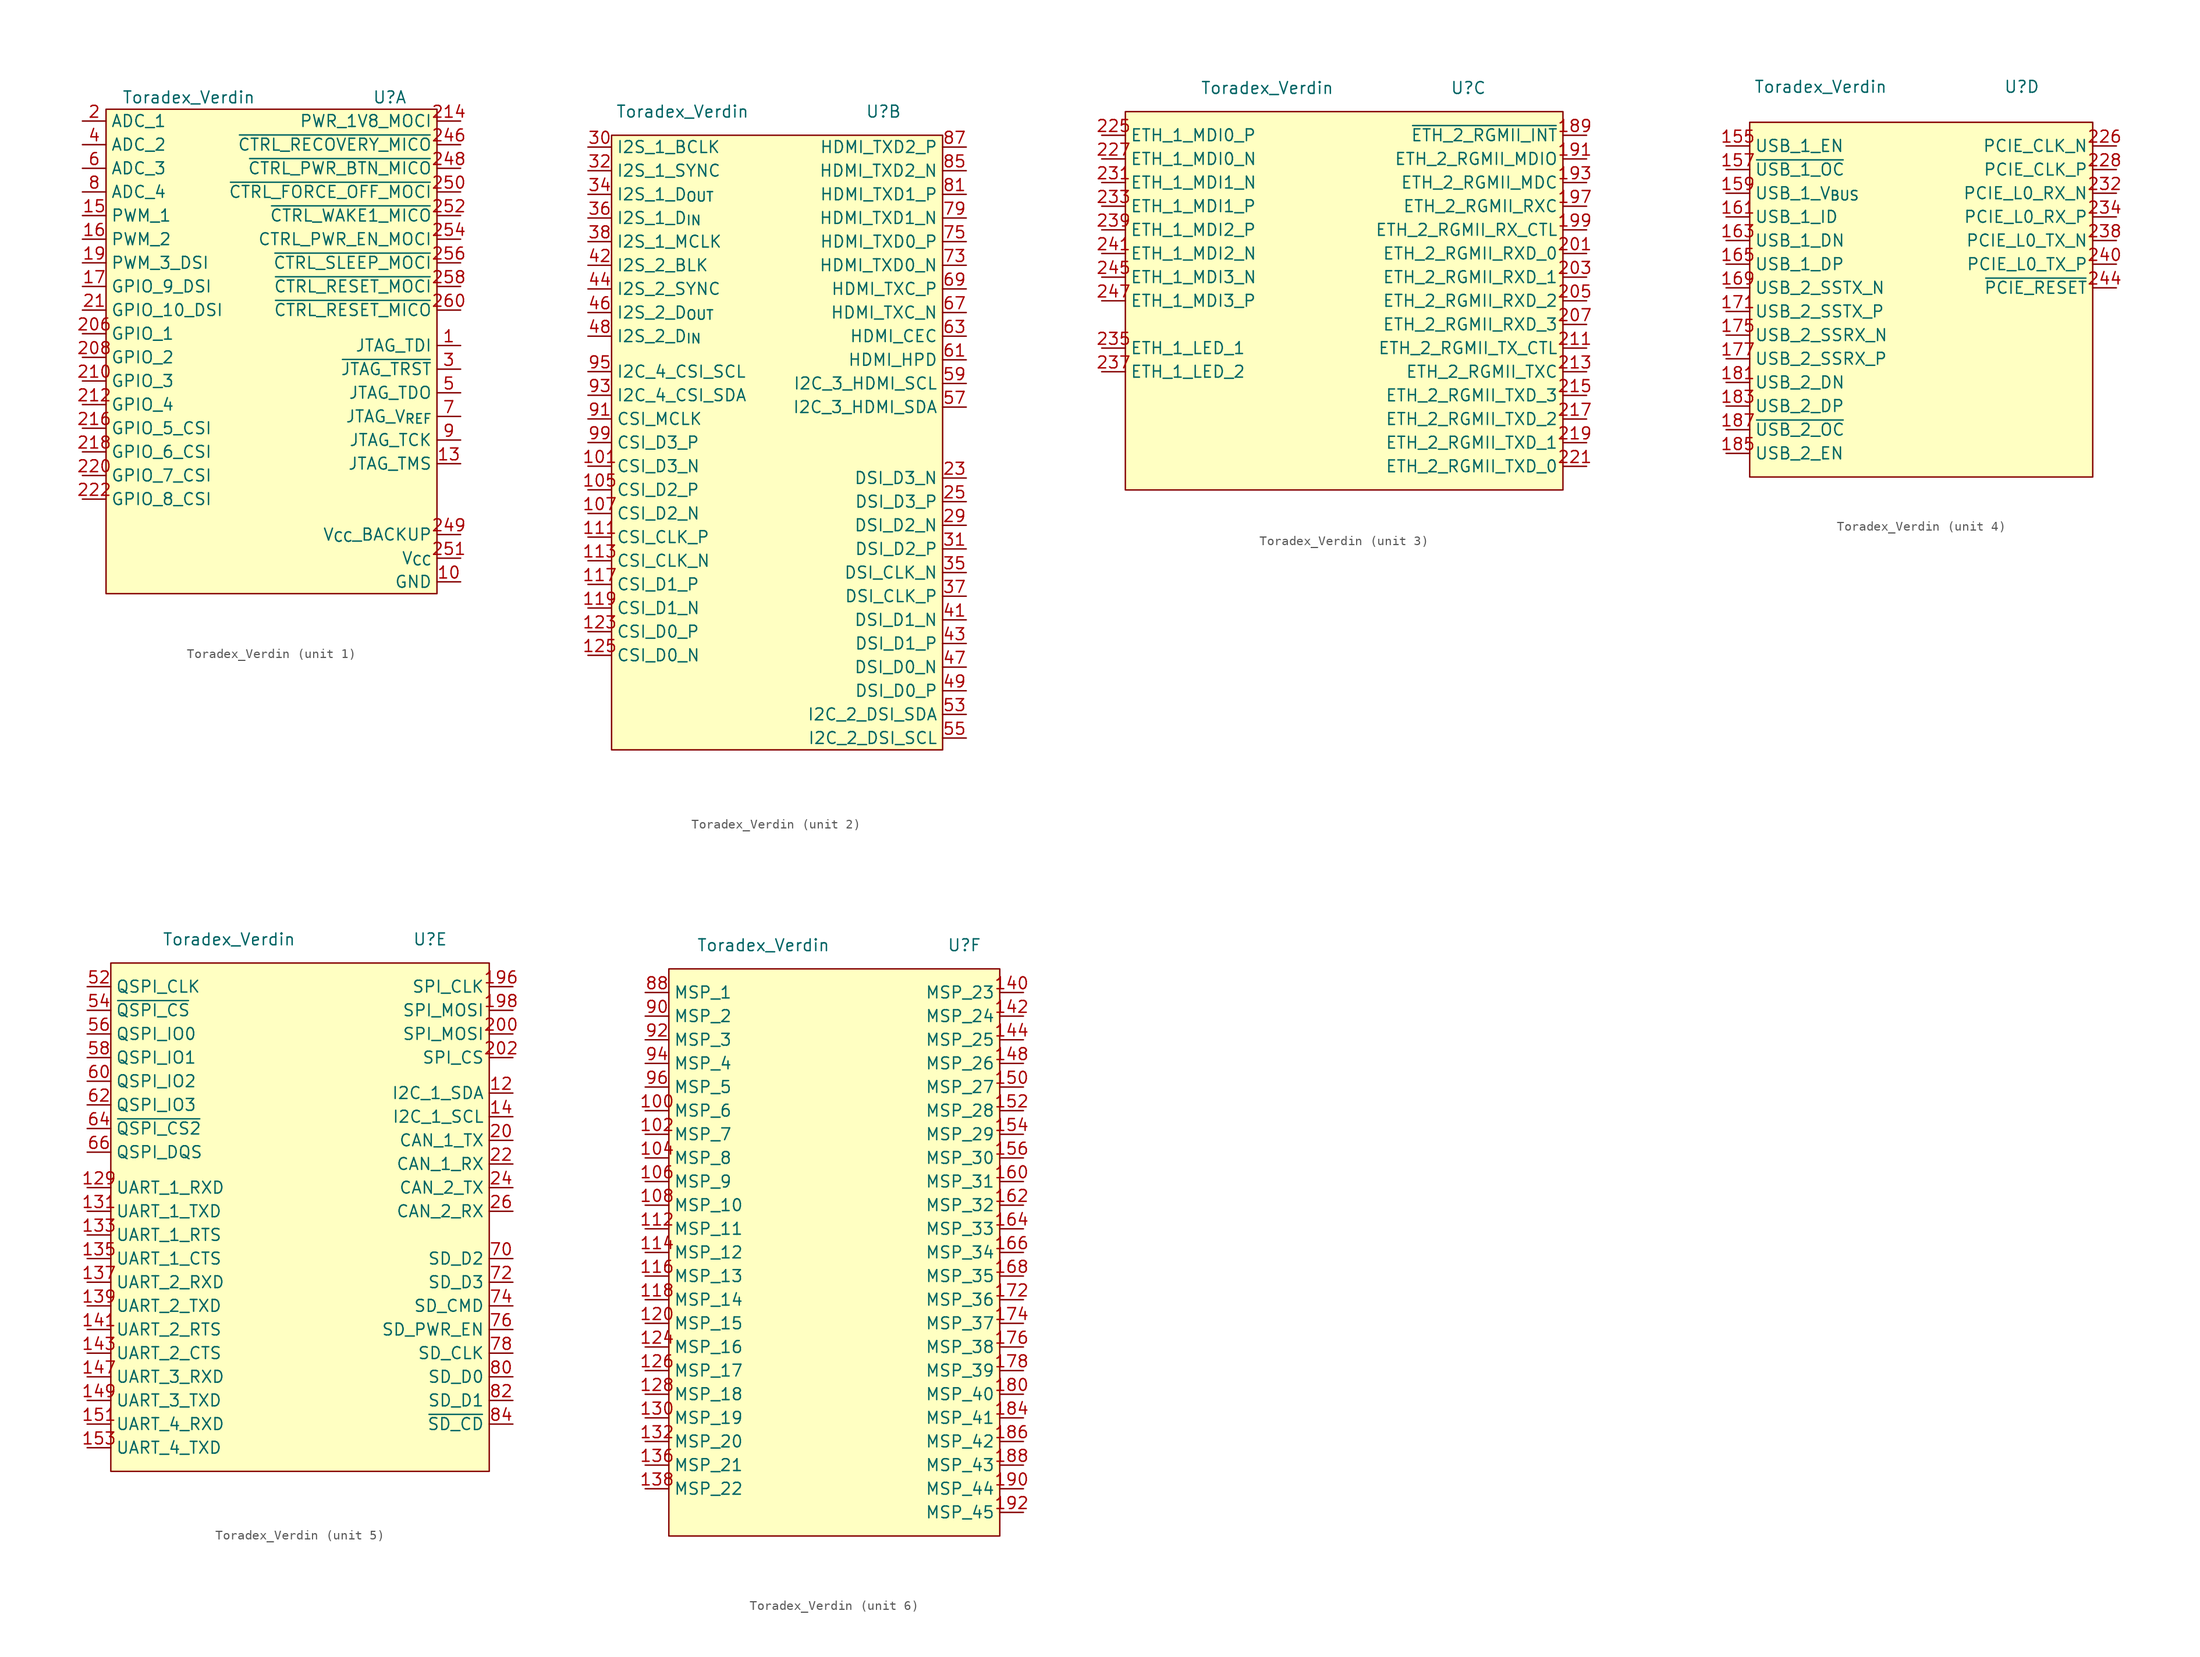
<source format=kicad_sym>
(kicad_symbol_lib
  (version 20220914)
  (generator kicad_symbol_editor)
  (symbol "Toradex_Verdin"
    (property "Reference" "U"
      (at 12.7 25.4 0)
      (effects (font (size 1.27 1.27))))
    (property "Value" "Toradex_Verdin"
      (at -8.89 25.4 0)
      (effects (font (size 1.27 1.27))))
    (property "ki_locked" ""
      (at 0 0 0)
      (effects (font (size 1.27 1.27))))
    (symbol "Toradex_Verdin_1_0"
      (pin unspecified line (at 20.32 -1.27 180) (length 2.54) (name "JTAG_TDI" (effects (font (size 1.27 1.27)))) (number "1" (effects (font (size 1.27 1.27)))))
      (pin power_in line (at 20.32 -26.67 180) (length 2.54) (name "GND" (effects (font (size 1.27 1.27)))) (number "10" (effects (font (size 1.27 1.27)))))
      (pin passive line (at 20.32 -26.67 180) (length 2.54) hide (name "GND" (effects (font (size 1.27 1.27)))) (number "103" (effects (font (size 1.27 1.27)))))
      (pin passive line (at 20.32 -26.67 180) (length 2.54) hide (name "GND" (effects (font (size 1.27 1.27)))) (number "109" (effects (font (size 1.27 1.27)))))
      (pin passive line (at 20.32 -26.67 180) (length 2.54) hide (name "GND" (effects (font (size 1.27 1.27)))) (number "11" (effects (font (size 1.27 1.27)))))
      (pin passive line (at 20.32 -26.67 180) (length 2.54) hide (name "GND" (effects (font (size 1.27 1.27)))) (number "110" (effects (font (size 1.27 1.27)))))
      (pin passive line (at 20.32 -26.67 180) (length 2.54) hide (name "GND" (effects (font (size 1.27 1.27)))) (number "115" (effects (font (size 1.27 1.27)))))
      (pin passive line (at 20.32 -26.67 180) (length 2.54) hide (name "GND" (effects (font (size 1.27 1.27)))) (number "121" (effects (font (size 1.27 1.27)))))
      (pin passive line (at 20.32 -26.67 180) (length 2.54) hide (name "GND" (effects (font (size 1.27 1.27)))) (number "122" (effects (font (size 1.27 1.27)))))
      (pin passive line (at 20.32 -26.67 180) (length 2.54) hide (name "GND" (effects (font (size 1.27 1.27)))) (number "127" (effects (font (size 1.27 1.27)))))
      (pin unspecified line (at 20.32 -13.97 180) (length 2.54) (name "JTAG_TMS" (effects (font (size 1.27 1.27)))) (number "13" (effects (font (size 1.27 1.27)))))
      (pin passive line (at 20.32 -26.67 180) (length 2.54) hide (name "GND" (effects (font (size 1.27 1.27)))) (number "134" (effects (font (size 1.27 1.27)))))
      (pin passive line (at 20.32 -26.67 180) (length 2.54) hide (name "GND" (effects (font (size 1.27 1.27)))) (number "145" (effects (font (size 1.27 1.27)))))
      (pin passive line (at 20.32 -26.67 180) (length 2.54) hide (name "GND" (effects (font (size 1.27 1.27)))) (number "146" (effects (font (size 1.27 1.27)))))
      (pin unspecified line (at -20.32 12.7 0) (length 2.54) (name "PWM_1" (effects (font (size 1.27 1.27)))) (number "15" (effects (font (size 1.27 1.27)))))
      (pin passive line (at 20.32 -26.67 180) (length 2.54) hide (name "GND" (effects (font (size 1.27 1.27)))) (number "158" (effects (font (size 1.27 1.27)))))
      (pin unspecified line (at -20.32 10.16 0) (length 2.54) (name "PWM_2" (effects (font (size 1.27 1.27)))) (number "16" (effects (font (size 1.27 1.27)))))
      (pin passive line (at 20.32 -26.67 180) (length 2.54) hide (name "GND" (effects (font (size 1.27 1.27)))) (number "167" (effects (font (size 1.27 1.27)))))
      (pin unspecified line (at -20.32 5.08 0) (length 2.54) (name "GPIO_9_DSI" (effects (font (size 1.27 1.27)))) (number "17" (effects (font (size 1.27 1.27)))))
      (pin passive line (at 20.32 -26.67 180) (length 2.54) hide (name "GND" (effects (font (size 1.27 1.27)))) (number "170" (effects (font (size 1.27 1.27)))))
      (pin passive line (at 20.32 -26.67 180) (length 2.54) hide (name "GND" (effects (font (size 1.27 1.27)))) (number "173" (effects (font (size 1.27 1.27)))))
      (pin passive line (at 20.32 -26.67 180) (length 2.54) hide (name "GND" (effects (font (size 1.27 1.27)))) (number "179" (effects (font (size 1.27 1.27)))))
      (pin passive line (at 20.32 -26.67 180) (length 2.54) hide (name "GND" (effects (font (size 1.27 1.27)))) (number "18" (effects (font (size 1.27 1.27)))))
      (pin passive line (at 20.32 -26.67 180) (length 2.54) hide (name "GND" (effects (font (size 1.27 1.27)))) (number "182" (effects (font (size 1.27 1.27)))))
      (pin unspecified line (at -20.32 7.62 0) (length 2.54) (name "PWM_3_DSI" (effects (font (size 1.27 1.27)))) (number "19" (effects (font (size 1.27 1.27)))))
      (pin passive line (at 20.32 -26.67 180) (length 2.54) hide (name "GND" (effects (font (size 1.27 1.27)))) (number "194" (effects (font (size 1.27 1.27)))))
      (pin passive line (at 20.32 -26.67 180) (length 2.54) hide (name "GND" (effects (font (size 1.27 1.27)))) (number "195" (effects (font (size 1.27 1.27)))))
      (pin unspecified line (at -20.32 22.86 0) (length 2.54) (name "ADC_1" (effects (font (size 1.27 1.27)))) (number "2" (effects (font (size 1.27 1.27)))))
      (pin passive line (at 20.32 -26.67 180) (length 2.54) hide (name "GND" (effects (font (size 1.27 1.27)))) (number "204" (effects (font (size 1.27 1.27)))))
      (pin unspecified line (at -20.32 0 0) (length 2.54) (name "GPIO_1" (effects (font (size 1.27 1.27)))) (number "206" (effects (font (size 1.27 1.27)))))
      (pin unspecified line (at -20.32 -2.54 0) (length 2.54) (name "GPIO_2" (effects (font (size 1.27 1.27)))) (number "208" (effects (font (size 1.27 1.27)))))
      (pin passive line (at 20.32 -26.67 180) (length 2.54) hide (name "GND" (effects (font (size 1.27 1.27)))) (number "209" (effects (font (size 1.27 1.27)))))
      (pin unspecified line (at -20.32 2.54 0) (length 2.54) (name "GPIO_10_DSI" (effects (font (size 1.27 1.27)))) (number "21" (effects (font (size 1.27 1.27)))))
      (pin unspecified line (at -20.32 -5.08 0) (length 2.54) (name "GPIO_3" (effects (font (size 1.27 1.27)))) (number "210" (effects (font (size 1.27 1.27)))))
      (pin unspecified line (at -20.32 -7.62 0) (length 2.54) (name "GPIO_4" (effects (font (size 1.27 1.27)))) (number "212" (effects (font (size 1.27 1.27)))))
      (pin unspecified line (at 20.32 22.86 180) (length 2.54) (name "PWR_1V8_MOCI" (effects (font (size 1.27 1.27)))) (number "214" (effects (font (size 1.27 1.27)))))
      (pin unspecified line (at -20.32 -10.16 0) (length 2.54) (name "GPIO_5_CSI" (effects (font (size 1.27 1.27)))) (number "216" (effects (font (size 1.27 1.27)))))
      (pin unspecified line (at -20.32 -12.7 0) (length 2.54) (name "GPIO_6_CSI" (effects (font (size 1.27 1.27)))) (number "218" (effects (font (size 1.27 1.27)))))
      (pin unspecified line (at -20.32 -15.24 0) (length 2.54) (name "GPIO_7_CSI" (effects (font (size 1.27 1.27)))) (number "220" (effects (font (size 1.27 1.27)))))
      (pin unspecified line (at -20.32 -17.78 0) (length 2.54) (name "GPIO_8_CSI" (effects (font (size 1.27 1.27)))) (number "222" (effects (font (size 1.27 1.27)))))
      (pin passive line (at 20.32 -26.67 180) (length 2.54) hide (name "GND" (effects (font (size 1.27 1.27)))) (number "223" (effects (font (size 1.27 1.27)))))
      (pin passive line (at 20.32 -26.67 180) (length 2.54) hide (name "GND" (effects (font (size 1.27 1.27)))) (number "224" (effects (font (size 1.27 1.27)))))
      (pin passive line (at 20.32 -26.67 180) (length 2.54) hide (name "GND" (effects (font (size 1.27 1.27)))) (number "229" (effects (font (size 1.27 1.27)))))
      (pin passive line (at 20.32 -26.67 180) (length 2.54) hide (name "GND" (effects (font (size 1.27 1.27)))) (number "230" (effects (font (size 1.27 1.27)))))
      (pin passive line (at 20.32 -26.67 180) (length 2.54) hide (name "GND" (effects (font (size 1.27 1.27)))) (number "236" (effects (font (size 1.27 1.27)))))
      (pin passive line (at 20.32 -26.67 180) (length 2.54) hide (name "GND" (effects (font (size 1.27 1.27)))) (number "242" (effects (font (size 1.27 1.27)))))
      (pin passive line (at 20.32 -26.67 180) (length 2.54) hide (name "GND" (effects (font (size 1.27 1.27)))) (number "243" (effects (font (size 1.27 1.27)))))
      (pin unspecified line (at 20.32 20.32 180) (length 2.54) (name "~{CTRL_RECOVERY_MICO}" (effects (font (size 1.27 1.27)))) (number "246" (effects (font (size 1.27 1.27)))))
      (pin unspecified line (at 20.32 17.78 180) (length 2.54) (name "~{CTRL_PWR_BTN_MICO}" (effects (font (size 1.27 1.27)))) (number "248" (effects (font (size 1.27 1.27)))))
      (pin power_in line (at 20.32 -21.59 180) (length 2.54) (name "V_{CC}_BACKUP" (effects (font (size 1.27 1.27)))) (number "249" (effects (font (size 1.27 1.27)))))
      (pin unspecified line (at 20.32 15.24 180) (length 2.54) (name "~{CTRL_FORCE_OFF_MOCI}" (effects (font (size 1.27 1.27)))) (number "250" (effects (font (size 1.27 1.27)))))
      (pin power_in line (at 20.32 -24.13 180) (length 2.54) (name "V_{CC}" (effects (font (size 1.27 1.27)))) (number "251" (effects (font (size 1.27 1.27)))))
      (pin unspecified line (at 20.32 12.7 180) (length 2.54) (name "~{CTRL_WAKE1_MICO}" (effects (font (size 1.27 1.27)))) (number "252" (effects (font (size 1.27 1.27)))))
      (pin passive line (at 20.32 -24.13 180) (length 2.54) hide (name "V_{CC}" (effects (font (size 1.27 1.27)))) (number "253" (effects (font (size 1.27 1.27)))))
      (pin unspecified line (at 20.32 10.16 180) (length 2.54) (name "CTRL_PWR_EN_MOCI" (effects (font (size 1.27 1.27)))) (number "254" (effects (font (size 1.27 1.27)))))
      (pin passive line (at 20.32 -24.13 180) (length 2.54) hide (name "V_{CC}" (effects (font (size 1.27 1.27)))) (number "255" (effects (font (size 1.27 1.27)))))
      (pin unspecified line (at 20.32 7.62 180) (length 2.54) (name "~{CTRL_SLEEP_MOCI}" (effects (font (size 1.27 1.27)))) (number "256" (effects (font (size 1.27 1.27)))))
      (pin passive line (at 20.32 -24.13 180) (length 2.54) hide (name "V_{CC}" (effects (font (size 1.27 1.27)))) (number "257" (effects (font (size 1.27 1.27)))))
      (pin unspecified line (at 20.32 5.08 180) (length 2.54) (name "~{CTRL_RESET_MOCI}" (effects (font (size 1.27 1.27)))) (number "258" (effects (font (size 1.27 1.27)))))
      (pin passive line (at 20.32 -24.13 180) (length 2.54) hide (name "V_{CC}" (effects (font (size 1.27 1.27)))) (number "259" (effects (font (size 1.27 1.27)))))
      (pin unspecified line (at 20.32 2.54 180) (length 2.54) (name "~{CTRL_RESET_MICO}" (effects (font (size 1.27 1.27)))) (number "260" (effects (font (size 1.27 1.27)))))
      (pin passive line (at 20.32 -26.67 180) (length 2.54) hide (name "GND" (effects (font (size 1.27 1.27)))) (number "27" (effects (font (size 1.27 1.27)))))
      (pin passive line (at 20.32 -26.67 180) (length 2.54) hide (name "GND" (effects (font (size 1.27 1.27)))) (number "28" (effects (font (size 1.27 1.27)))))
      (pin unspecified line (at 20.32 -3.81 180) (length 2.54) (name "~{JTAG_TRST}" (effects (font (size 1.27 1.27)))) (number "3" (effects (font (size 1.27 1.27)))))
      (pin passive line (at 20.32 -26.67 180) (length 2.54) hide (name "GND" (effects (font (size 1.27 1.27)))) (number "33" (effects (font (size 1.27 1.27)))))
      (pin passive line (at 20.32 -26.67 180) (length 2.54) hide (name "GND" (effects (font (size 1.27 1.27)))) (number "39" (effects (font (size 1.27 1.27)))))
      (pin unspecified line (at -20.32 20.32 0) (length 2.54) (name "ADC_2" (effects (font (size 1.27 1.27)))) (number "4" (effects (font (size 1.27 1.27)))))
      (pin passive line (at 20.32 -26.67 180) (length 2.54) hide (name "GND" (effects (font (size 1.27 1.27)))) (number "40" (effects (font (size 1.27 1.27)))))
      (pin passive line (at 20.32 -26.67 180) (length 2.54) hide (name "GND" (effects (font (size 1.27 1.27)))) (number "45" (effects (font (size 1.27 1.27)))))
      (pin unspecified line (at 20.32 -6.35 180) (length 2.54) (name "JTAG_TDO" (effects (font (size 1.27 1.27)))) (number "5" (effects (font (size 1.27 1.27)))))
      (pin passive line (at 20.32 -26.67 180) (length 2.54) hide (name "GND" (effects (font (size 1.27 1.27)))) (number "50" (effects (font (size 1.27 1.27)))))
      (pin passive line (at 20.32 -26.67 180) (length 2.54) hide (name "GND" (effects (font (size 1.27 1.27)))) (number "51" (effects (font (size 1.27 1.27)))))
      (pin unspecified line (at -20.32 17.78 0) (length 2.54) (name "ADC_3" (effects (font (size 1.27 1.27)))) (number "6" (effects (font (size 1.27 1.27)))))
      (pin passive line (at 20.32 -26.67 180) (length 2.54) hide (name "GND" (effects (font (size 1.27 1.27)))) (number "65" (effects (font (size 1.27 1.27)))))
      (pin passive line (at 20.32 -26.67 180) (length 2.54) hide (name "GND" (effects (font (size 1.27 1.27)))) (number "68" (effects (font (size 1.27 1.27)))))
      (pin unspecified line (at 20.32 -8.89 180) (length 2.54) (name "JTAG_V_{REF}" (effects (font (size 1.27 1.27)))) (number "7" (effects (font (size 1.27 1.27)))))
      (pin passive line (at 20.32 -26.67 180) (length 2.54) hide (name "GND" (effects (font (size 1.27 1.27)))) (number "71" (effects (font (size 1.27 1.27)))))
      (pin passive line (at 20.32 -26.67 180) (length 2.54) hide (name "GND" (effects (font (size 1.27 1.27)))) (number "77" (effects (font (size 1.27 1.27)))))
      (pin unspecified line (at -20.32 15.24 0) (length 2.54) (name "ADC_4" (effects (font (size 1.27 1.27)))) (number "8" (effects (font (size 1.27 1.27)))))
      (pin passive line (at 20.32 -26.67 180) (length 2.54) hide (name "GND" (effects (font (size 1.27 1.27)))) (number "83" (effects (font (size 1.27 1.27)))))
      (pin passive line (at 20.32 -26.67 180) (length 2.54) hide (name "GND" (effects (font (size 1.27 1.27)))) (number "86" (effects (font (size 1.27 1.27)))))
      (pin passive line (at 20.32 -26.67 180) (length 2.54) hide (name "GND" (effects (font (size 1.27 1.27)))) (number "89" (effects (font (size 1.27 1.27)))))
      (pin unspecified line (at 20.32 -11.43 180) (length 2.54) (name "JTAG_TCK" (effects (font (size 1.27 1.27)))) (number "9" (effects (font (size 1.27 1.27)))))
      (pin passive line (at 20.32 -26.67 180) (length 2.54) hide (name "GND" (effects (font (size 1.27 1.27)))) (number "97" (effects (font (size 1.27 1.27)))))
      (pin passive line (at 20.32 -26.67 180) (length 2.54) hide (name "GND" (effects (font (size 1.27 1.27)))) (number "98" (effects (font (size 1.27 1.27))))))
    (symbol "Toradex_Verdin_1_1"
      (rectangle (start 17.78 -27.94) (end -17.78 24.13) (stroke (width 0.152) (type default)) (fill (type background))))
    (symbol "Toradex_Verdin_2_0"
      (pin unspecified line (at -19.05 -12.7 0) (length 2.54) (name "CSI_D3_N" (effects (font (size 1.27 1.27)))) (number "101" (effects (font (size 1.27 1.27)))))
      (pin unspecified line (at -19.05 -15.24 0) (length 2.54) (name "CSI_D2_P" (effects (font (size 1.27 1.27)))) (number "105" (effects (font (size 1.27 1.27)))))
      (pin unspecified line (at -19.05 -17.78 0) (length 2.54) (name "CSI_D2_N" (effects (font (size 1.27 1.27)))) (number "107" (effects (font (size 1.27 1.27)))))
      (pin unspecified line (at -19.05 -20.32 0) (length 2.54) (name "CSI_CLK_P" (effects (font (size 1.27 1.27)))) (number "111" (effects (font (size 1.27 1.27)))))
      (pin unspecified line (at -19.05 -22.86 0) (length 2.54) (name "CSI_CLK_N" (effects (font (size 1.27 1.27)))) (number "113" (effects (font (size 1.27 1.27)))))
      (pin unspecified line (at -19.05 -25.4 0) (length 2.54) (name "CSI_D1_P" (effects (font (size 1.27 1.27)))) (number "117" (effects (font (size 1.27 1.27)))))
      (pin unspecified line (at -19.05 -27.94 0) (length 2.54) (name "CSI_D1_N" (effects (font (size 1.27 1.27)))) (number "119" (effects (font (size 1.27 1.27)))))
      (pin unspecified line (at -19.05 -30.48 0) (length 2.54) (name "CSI_D0_P" (effects (font (size 1.27 1.27)))) (number "123" (effects (font (size 1.27 1.27)))))
      (pin unspecified line (at -19.05 -33.02 0) (length 2.54) (name "CSI_D0_N" (effects (font (size 1.27 1.27)))) (number "125" (effects (font (size 1.27 1.27)))))
      (pin unspecified line (at 21.59 -13.97 180) (length 2.54) (name "DSI_D3_N" (effects (font (size 1.27 1.27)))) (number "23" (effects (font (size 1.27 1.27)))))
      (pin unspecified line (at 21.59 -16.51 180) (length 2.54) (name "DSI_D3_P" (effects (font (size 1.27 1.27)))) (number "25" (effects (font (size 1.27 1.27)))))
      (pin unspecified line (at 21.59 -19.05 180) (length 2.54) (name "DSI_D2_N" (effects (font (size 1.27 1.27)))) (number "29" (effects (font (size 1.27 1.27)))))
      (pin unspecified line (at -19.05 21.59 0) (length 2.54) (name "I2S_1_BCLK" (effects (font (size 1.27 1.27)))) (number "30" (effects (font (size 1.27 1.27)))))
      (pin unspecified line (at 21.59 -21.59 180) (length 2.54) (name "DSI_D2_P" (effects (font (size 1.27 1.27)))) (number "31" (effects (font (size 1.27 1.27)))))
      (pin unspecified line (at -19.05 19.05 0) (length 2.54) (name "I2S_1_SYNC" (effects (font (size 1.27 1.27)))) (number "32" (effects (font (size 1.27 1.27)))))
      (pin unspecified line (at -19.05 16.51 0) (length 2.54) (name "I2S_1_D_{OUT}" (effects (font (size 1.27 1.27)))) (number "34" (effects (font (size 1.27 1.27)))))
      (pin unspecified line (at 21.59 -24.13 180) (length 2.54) (name "DSI_CLK_N" (effects (font (size 1.27 1.27)))) (number "35" (effects (font (size 1.27 1.27)))))
      (pin unspecified line (at -19.05 13.97 0) (length 2.54) (name "I2S_1_D_{IN}" (effects (font (size 1.27 1.27)))) (number "36" (effects (font (size 1.27 1.27)))))
      (pin unspecified line (at 21.59 -26.67 180) (length 2.54) (name "DSI_CLK_P" (effects (font (size 1.27 1.27)))) (number "37" (effects (font (size 1.27 1.27)))))
      (pin unspecified line (at -19.05 11.43 0) (length 2.54) (name "I2S_1_MCLK" (effects (font (size 1.27 1.27)))) (number "38" (effects (font (size 1.27 1.27)))))
      (pin unspecified line (at 21.59 -29.21 180) (length 2.54) (name "DSI_D1_N" (effects (font (size 1.27 1.27)))) (number "41" (effects (font (size 1.27 1.27)))))
      (pin unspecified line (at -19.05 8.89 0) (length 2.54) (name "I2S_2_BLK" (effects (font (size 1.27 1.27)))) (number "42" (effects (font (size 1.27 1.27)))))
      (pin unspecified line (at 21.59 -31.75 180) (length 2.54) (name "DSI_D1_P" (effects (font (size 1.27 1.27)))) (number "43" (effects (font (size 1.27 1.27)))))
      (pin unspecified line (at -19.05 6.35 0) (length 2.54) (name "I2S_2_SYNC" (effects (font (size 1.27 1.27)))) (number "44" (effects (font (size 1.27 1.27)))))
      (pin unspecified line (at -19.05 3.81 0) (length 2.54) (name "I2S_2_D_{OUT}" (effects (font (size 1.27 1.27)))) (number "46" (effects (font (size 1.27 1.27)))))
      (pin unspecified line (at 21.59 -34.29 180) (length 2.54) (name "DSI_D0_N" (effects (font (size 1.27 1.27)))) (number "47" (effects (font (size 1.27 1.27)))))
      (pin unspecified line (at -19.05 1.27 0) (length 2.54) (name "I2S_2_D_{IN}" (effects (font (size 1.27 1.27)))) (number "48" (effects (font (size 1.27 1.27)))))
      (pin unspecified line (at 21.59 -36.83 180) (length 2.54) (name "DSI_D0_P" (effects (font (size 1.27 1.27)))) (number "49" (effects (font (size 1.27 1.27)))))
      (pin unspecified line (at 21.59 -39.37 180) (length 2.54) (name "I2C_2_DSI_SDA" (effects (font (size 1.27 1.27)))) (number "53" (effects (font (size 1.27 1.27)))))
      (pin unspecified line (at 21.59 -41.91 180) (length 2.54) (name "I2C_2_DSI_SCL" (effects (font (size 1.27 1.27)))) (number "55" (effects (font (size 1.27 1.27)))))
      (pin unspecified line (at 21.59 -6.35 180) (length 2.54) (name "I2C_3_HDMI_SDA" (effects (font (size 1.27 1.27)))) (number "57" (effects (font (size 1.27 1.27)))))
      (pin unspecified line (at 21.59 -3.81 180) (length 2.54) (name "I2C_3_HDMI_SCL" (effects (font (size 1.27 1.27)))) (number "59" (effects (font (size 1.27 1.27)))))
      (pin unspecified line (at 21.59 -1.27 180) (length 2.54) (name "HDMI_HPD" (effects (font (size 1.27 1.27)))) (number "61" (effects (font (size 1.27 1.27)))))
      (pin unspecified line (at 21.59 1.27 180) (length 2.54) (name "HDMI_CEC" (effects (font (size 1.27 1.27)))) (number "63" (effects (font (size 1.27 1.27)))))
      (pin unspecified line (at 21.59 3.81 180) (length 2.54) (name "HDMI_TXC_N" (effects (font (size 1.27 1.27)))) (number "67" (effects (font (size 1.27 1.27)))))
      (pin unspecified line (at 21.59 6.35 180) (length 2.54) (name "HDMI_TXC_P" (effects (font (size 1.27 1.27)))) (number "69" (effects (font (size 1.27 1.27)))))
      (pin unspecified line (at 21.59 8.89 180) (length 2.54) (name "HDMI_TXD0_N" (effects (font (size 1.27 1.27)))) (number "73" (effects (font (size 1.27 1.27)))))
      (pin unspecified line (at 21.59 11.43 180) (length 2.54) (name "HDMI_TXD0_P" (effects (font (size 1.27 1.27)))) (number "75" (effects (font (size 1.27 1.27)))))
      (pin unspecified line (at 21.59 13.97 180) (length 2.54) (name "HDMI_TXD1_N" (effects (font (size 1.27 1.27)))) (number "79" (effects (font (size 1.27 1.27)))))
      (pin unspecified line (at 21.59 16.51 180) (length 2.54) (name "HDMI_TXD1_P" (effects (font (size 1.27 1.27)))) (number "81" (effects (font (size 1.27 1.27)))))
      (pin unspecified line (at 21.59 19.05 180) (length 2.54) (name "HDMI_TXD2_N" (effects (font (size 1.27 1.27)))) (number "85" (effects (font (size 1.27 1.27)))))
      (pin unspecified line (at 21.59 21.59 180) (length 2.54) (name "HDMI_TXD2_P" (effects (font (size 1.27 1.27)))) (number "87" (effects (font (size 1.27 1.27)))))
      (pin unspecified line (at -19.05 -7.62 0) (length 2.54) (name "CSI_MCLK" (effects (font (size 1.27 1.27)))) (number "91" (effects (font (size 1.27 1.27)))))
      (pin unspecified line (at -19.05 -5.08 0) (length 2.54) (name "I2C_4_CSI_SDA" (effects (font (size 1.27 1.27)))) (number "93" (effects (font (size 1.27 1.27)))))
      (pin unspecified line (at -19.05 -2.54 0) (length 2.54) (name "I2C_4_CSI_SCL" (effects (font (size 1.27 1.27)))) (number "95" (effects (font (size 1.27 1.27)))))
      (pin unspecified line (at -19.05 -10.16 0) (length 2.54) (name "CSI_D3_P" (effects (font (size 1.27 1.27)))) (number "99" (effects (font (size 1.27 1.27))))))
    (symbol "Toradex_Verdin_2_1"
      (rectangle (start -16.51 22.86) (end 19.05 -43.18) (stroke (width 0.152) (type default)) (fill (type background))))
    (symbol "Toradex_Verdin_3_0"
      (pin unspecified line (at 25.4 20.32 180) (length 2.54) (name "~{ETH_2_RGMII_INT}" (effects (font (size 1.27 1.27)))) (number "189" (effects (font (size 1.27 1.27)))))
      (pin unspecified line (at 25.4 17.78 180) (length 2.54) (name "ETH_2_RGMII_MDIO" (effects (font (size 1.27 1.27)))) (number "191" (effects (font (size 1.27 1.27)))))
      (pin unspecified line (at 25.4 15.24 180) (length 2.54) (name "ETH_2_RGMII_MDC" (effects (font (size 1.27 1.27)))) (number "193" (effects (font (size 1.27 1.27)))))
      (pin unspecified line (at 25.4 12.7 180) (length 2.54) (name "ETH_2_RGMII_RXC" (effects (font (size 1.27 1.27)))) (number "197" (effects (font (size 1.27 1.27)))))
      (pin unspecified line (at 25.4 10.16 180) (length 2.54) (name "ETH_2_RGMII_RX_CTL" (effects (font (size 1.27 1.27)))) (number "199" (effects (font (size 1.27 1.27)))))
      (pin unspecified line (at 25.4 7.62 180) (length 2.54) (name "ETH_2_RGMII_RXD_0" (effects (font (size 1.27 1.27)))) (number "201" (effects (font (size 1.27 1.27)))))
      (pin unspecified line (at 25.4 5.08 180) (length 2.54) (name "ETH_2_RGMII_RXD_1" (effects (font (size 1.27 1.27)))) (number "203" (effects (font (size 1.27 1.27)))))
      (pin unspecified line (at 25.4 2.54 180) (length 2.54) (name "ETH_2_RGMII_RXD_2" (effects (font (size 1.27 1.27)))) (number "205" (effects (font (size 1.27 1.27)))))
      (pin unspecified line (at 25.4 0 180) (length 2.54) (name "ETH_2_RGMII_RXD_3" (effects (font (size 1.27 1.27)))) (number "207" (effects (font (size 1.27 1.27)))))
      (pin unspecified line (at 25.4 -2.54 180) (length 2.54) (name "ETH_2_RGMII_TX_CTL" (effects (font (size 1.27 1.27)))) (number "211" (effects (font (size 1.27 1.27)))))
      (pin unspecified line (at 25.4 -5.08 180) (length 2.54) (name "ETH_2_RGMII_TXC" (effects (font (size 1.27 1.27)))) (number "213" (effects (font (size 1.27 1.27)))))
      (pin unspecified line (at 25.4 -7.62 180) (length 2.54) (name "ETH_2_RGMII_TXD_3" (effects (font (size 1.27 1.27)))) (number "215" (effects (font (size 1.27 1.27)))))
      (pin unspecified line (at 25.4 -10.16 180) (length 2.54) (name "ETH_2_RGMII_TXD_2" (effects (font (size 1.27 1.27)))) (number "217" (effects (font (size 1.27 1.27)))))
      (pin unspecified line (at 25.4 -12.7 180) (length 2.54) (name "ETH_2_RGMII_TXD_1" (effects (font (size 1.27 1.27)))) (number "219" (effects (font (size 1.27 1.27)))))
      (pin unspecified line (at 25.4 -15.24 180) (length 2.54) (name "ETH_2_RGMII_TXD_0" (effects (font (size 1.27 1.27)))) (number "221" (effects (font (size 1.27 1.27)))))
      (pin unspecified line (at -26.67 20.32 0) (length 2.54) (name "ETH_1_MDI0_P" (effects (font (size 1.27 1.27)))) (number "225" (effects (font (size 1.27 1.27)))))
      (pin unspecified line (at -26.67 17.78 0) (length 2.54) (name "ETH_1_MDI0_N" (effects (font (size 1.27 1.27)))) (number "227" (effects (font (size 1.27 1.27)))))
      (pin unspecified line (at -26.67 15.24 0) (length 2.54) (name "ETH_1_MDI1_N" (effects (font (size 1.27 1.27)))) (number "231" (effects (font (size 1.27 1.27)))))
      (pin unspecified line (at -26.67 12.7 0) (length 2.54) (name "ETH_1_MDI1_P" (effects (font (size 1.27 1.27)))) (number "233" (effects (font (size 1.27 1.27)))))
      (pin unspecified line (at -26.67 -2.54 0) (length 2.54) (name "ETH_1_LED_1" (effects (font (size 1.27 1.27)))) (number "235" (effects (font (size 1.27 1.27)))))
      (pin unspecified line (at -26.67 -5.08 0) (length 2.54) (name "ETH_1_LED_2" (effects (font (size 1.27 1.27)))) (number "237" (effects (font (size 1.27 1.27)))))
      (pin unspecified line (at -26.67 10.16 0) (length 2.54) (name "ETH_1_MDI2_P" (effects (font (size 1.27 1.27)))) (number "239" (effects (font (size 1.27 1.27)))))
      (pin unspecified line (at -26.67 7.62 0) (length 2.54) (name "ETH_1_MDI2_N" (effects (font (size 1.27 1.27)))) (number "241" (effects (font (size 1.27 1.27)))))
      (pin unspecified line (at -26.67 5.08 0) (length 2.54) (name "ETH_1_MDI3_N" (effects (font (size 1.27 1.27)))) (number "245" (effects (font (size 1.27 1.27)))))
      (pin unspecified line (at -26.67 2.54 0) (length 2.54) (name "ETH_1_MDI3_P" (effects (font (size 1.27 1.27)))) (number "247" (effects (font (size 1.27 1.27))))))
    (symbol "Toradex_Verdin_3_1"
      (rectangle (start -24.13 22.86) (end 22.86 -17.78) (stroke (width 0.152) (type default)) (fill (type background))))
    (symbol "Toradex_Verdin_4_0"
      (pin unspecified line (at -19.05 19.05 0) (length 2.54) (name "USB_1_EN" (effects (font (size 1.27 1.27)))) (number "155" (effects (font (size 1.27 1.27)))))
      (pin unspecified line (at -19.05 16.51 0) (length 2.54) (name "~{USB_1_OC}" (effects (font (size 1.27 1.27)))) (number "157" (effects (font (size 1.27 1.27)))))
      (pin unspecified line (at -19.05 13.97 0) (length 2.54) (name "USB_1_V_{BUS}" (effects (font (size 1.27 1.27)))) (number "159" (effects (font (size 1.27 1.27)))))
      (pin unspecified line (at -19.05 11.43 0) (length 2.54) (name "USB_1_ID" (effects (font (size 1.27 1.27)))) (number "161" (effects (font (size 1.27 1.27)))))
      (pin unspecified line (at -19.05 8.89 0) (length 2.54) (name "USB_1_DN" (effects (font (size 1.27 1.27)))) (number "163" (effects (font (size 1.27 1.27)))))
      (pin unspecified line (at -19.05 6.35 0) (length 2.54) (name "USB_1_DP" (effects (font (size 1.27 1.27)))) (number "165" (effects (font (size 1.27 1.27)))))
      (pin unspecified line (at -19.05 3.81 0) (length 2.54) (name "USB_2_SSTX_N" (effects (font (size 1.27 1.27)))) (number "169" (effects (font (size 1.27 1.27)))))
      (pin unspecified line (at -19.05 1.27 0) (length 2.54) (name "USB_2_SSTX_P" (effects (font (size 1.27 1.27)))) (number "171" (effects (font (size 1.27 1.27)))))
      (pin unspecified line (at -19.05 -1.27 0) (length 2.54) (name "USB_2_SSRX_N" (effects (font (size 1.27 1.27)))) (number "175" (effects (font (size 1.27 1.27)))))
      (pin unspecified line (at -19.05 -3.81 0) (length 2.54) (name "USB_2_SSRX_P" (effects (font (size 1.27 1.27)))) (number "177" (effects (font (size 1.27 1.27)))))
      (pin unspecified line (at -19.05 -6.35 0) (length 2.54) (name "USB_2_DN" (effects (font (size 1.27 1.27)))) (number "181" (effects (font (size 1.27 1.27)))))
      (pin unspecified line (at -19.05 -8.89 0) (length 2.54) (name "USB_2_DP" (effects (font (size 1.27 1.27)))) (number "183" (effects (font (size 1.27 1.27)))))
      (pin unspecified line (at -19.05 -13.97 0) (length 2.54) (name "USB_2_EN" (effects (font (size 1.27 1.27)))) (number "185" (effects (font (size 1.27 1.27)))))
      (pin unspecified line (at -19.05 -11.43 0) (length 2.54) (name "~{USB_2_OC}" (effects (font (size 1.27 1.27)))) (number "187" (effects (font (size 1.27 1.27)))))
      (pin unspecified line (at 22.86 19.05 180) (length 2.54) (name "PCIE_CLK_N" (effects (font (size 1.27 1.27)))) (number "226" (effects (font (size 1.27 1.27)))))
      (pin unspecified line (at 22.86 16.51 180) (length 2.54) (name "PCIE_CLK_P" (effects (font (size 1.27 1.27)))) (number "228" (effects (font (size 1.27 1.27)))))
      (pin unspecified line (at 22.86 13.97 180) (length 2.54) (name "PCIE_L0_RX_N" (effects (font (size 1.27 1.27)))) (number "232" (effects (font (size 1.27 1.27)))))
      (pin unspecified line (at 22.86 11.43 180) (length 2.54) (name "PCIE_L0_RX_P" (effects (font (size 1.27 1.27)))) (number "234" (effects (font (size 1.27 1.27)))))
      (pin unspecified line (at 22.86 8.89 180) (length 2.54) (name "PCIE_L0_TX_N" (effects (font (size 1.27 1.27)))) (number "238" (effects (font (size 1.27 1.27)))))
      (pin unspecified line (at 22.86 6.35 180) (length 2.54) (name "PCIE_L0_TX_P" (effects (font (size 1.27 1.27)))) (number "240" (effects (font (size 1.27 1.27)))))
      (pin unspecified line (at 22.86 3.81 180) (length 2.54) (name "~{PCIE_RESET}" (effects (font (size 1.27 1.27)))) (number "244" (effects (font (size 1.27 1.27))))))
    (symbol "Toradex_Verdin_4_1"
      (rectangle (start -16.51 21.59) (end 20.32 -16.51) (stroke (width 0.152) (type default)) (fill (type background))))
    (symbol "Toradex_Verdin_5_0"
      (pin unspecified line (at 21.59 8.89 180) (length 2.54) (name "I2C_1_SDA" (effects (font (size 1.27 1.27)))) (number "12" (effects (font (size 1.27 1.27)))))
      (pin unspecified line (at -24.13 -1.27 0) (length 2.54) (name "UART_1_RXD" (effects (font (size 1.27 1.27)))) (number "129" (effects (font (size 1.27 1.27)))))
      (pin unspecified line (at -24.13 -3.81 0) (length 2.54) (name "UART_1_TXD" (effects (font (size 1.27 1.27)))) (number "131" (effects (font (size 1.27 1.27)))))
      (pin unspecified line (at -24.13 -6.35 0) (length 2.54) (name "UART_1_RTS" (effects (font (size 1.27 1.27)))) (number "133" (effects (font (size 1.27 1.27)))))
      (pin unspecified line (at -24.13 -8.89 0) (length 2.54) (name "UART_1_CTS" (effects (font (size 1.27 1.27)))) (number "135" (effects (font (size 1.27 1.27)))))
      (pin unspecified line (at -24.13 -11.43 0) (length 2.54) (name "UART_2_RXD" (effects (font (size 1.27 1.27)))) (number "137" (effects (font (size 1.27 1.27)))))
      (pin unspecified line (at -24.13 -13.97 0) (length 2.54) (name "UART_2_TXD" (effects (font (size 1.27 1.27)))) (number "139" (effects (font (size 1.27 1.27)))))
      (pin unspecified line (at 21.59 6.35 180) (length 2.54) (name "I2C_1_SCL" (effects (font (size 1.27 1.27)))) (number "14" (effects (font (size 1.27 1.27)))))
      (pin unspecified line (at -24.13 -16.51 0) (length 2.54) (name "UART_2_RTS" (effects (font (size 1.27 1.27)))) (number "141" (effects (font (size 1.27 1.27)))))
      (pin unspecified line (at -24.13 -19.05 0) (length 2.54) (name "UART_2_CTS" (effects (font (size 1.27 1.27)))) (number "143" (effects (font (size 1.27 1.27)))))
      (pin unspecified line (at -24.13 -21.59 0) (length 2.54) (name "UART_3_RXD" (effects (font (size 1.27 1.27)))) (number "147" (effects (font (size 1.27 1.27)))))
      (pin unspecified line (at -24.13 -24.13 0) (length 2.54) (name "UART_3_TXD" (effects (font (size 1.27 1.27)))) (number "149" (effects (font (size 1.27 1.27)))))
      (pin unspecified line (at -24.13 -26.67 0) (length 2.54) (name "UART_4_RXD" (effects (font (size 1.27 1.27)))) (number "151" (effects (font (size 1.27 1.27)))))
      (pin unspecified line (at -24.13 -29.21 0) (length 2.54) (name "UART_4_TXD" (effects (font (size 1.27 1.27)))) (number "153" (effects (font (size 1.27 1.27)))))
      (pin unspecified line (at 21.59 20.32 180) (length 2.54) (name "SPI_CLK" (effects (font (size 1.27 1.27)))) (number "196" (effects (font (size 1.27 1.27)))))
      (pin unspecified line (at 21.59 17.78 180) (length 2.54) (name "SPI_MOSI" (effects (font (size 1.27 1.27)))) (number "198" (effects (font (size 1.27 1.27)))))
      (pin unspecified line (at 21.59 3.81 180) (length 2.54) (name "CAN_1_TX" (effects (font (size 1.27 1.27)))) (number "20" (effects (font (size 1.27 1.27)))))
      (pin unspecified line (at 21.59 15.24 180) (length 2.54) (name "SPI_MOSI" (effects (font (size 1.27 1.27)))) (number "200" (effects (font (size 1.27 1.27)))))
      (pin unspecified line (at 21.59 12.7 180) (length 2.54) (name "SPI_CS" (effects (font (size 1.27 1.27)))) (number "202" (effects (font (size 1.27 1.27)))))
      (pin unspecified line (at 21.59 1.27 180) (length 2.54) (name "CAN_1_RX" (effects (font (size 1.27 1.27)))) (number "22" (effects (font (size 1.27 1.27)))))
      (pin unspecified line (at 21.59 -1.27 180) (length 2.54) (name "CAN_2_TX" (effects (font (size 1.27 1.27)))) (number "24" (effects (font (size 1.27 1.27)))))
      (pin unspecified line (at 21.59 -3.81 180) (length 2.54) (name "CAN_2_RX" (effects (font (size 1.27 1.27)))) (number "26" (effects (font (size 1.27 1.27)))))
      (pin unspecified line (at -24.13 20.32 0) (length 2.54) (name "QSPI_CLK" (effects (font (size 1.27 1.27)))) (number "52" (effects (font (size 1.27 1.27)))))
      (pin unspecified line (at -24.13 17.78 0) (length 2.54) (name "~{QSPI_CS}" (effects (font (size 1.27 1.27)))) (number "54" (effects (font (size 1.27 1.27)))))
      (pin unspecified line (at -24.13 15.24 0) (length 2.54) (name "QSPI_IO0" (effects (font (size 1.27 1.27)))) (number "56" (effects (font (size 1.27 1.27)))))
      (pin unspecified line (at -24.13 12.7 0) (length 2.54) (name "QSPI_IO1" (effects (font (size 1.27 1.27)))) (number "58" (effects (font (size 1.27 1.27)))))
      (pin unspecified line (at -24.13 10.16 0) (length 2.54) (name "QSPI_IO2" (effects (font (size 1.27 1.27)))) (number "60" (effects (font (size 1.27 1.27)))))
      (pin unspecified line (at -24.13 7.62 0) (length 2.54) (name "QSPI_IO3" (effects (font (size 1.27 1.27)))) (number "62" (effects (font (size 1.27 1.27)))))
      (pin unspecified line (at -24.13 5.08 0) (length 2.54) (name "~{QSPI_CS2}" (effects (font (size 1.27 1.27)))) (number "64" (effects (font (size 1.27 1.27)))))
      (pin unspecified line (at -24.13 2.54 0) (length 2.54) (name "QSPI_DQS" (effects (font (size 1.27 1.27)))) (number "66" (effects (font (size 1.27 1.27)))))
      (pin unspecified line (at 21.59 -8.89 180) (length 2.54) (name "SD_D2" (effects (font (size 1.27 1.27)))) (number "70" (effects (font (size 1.27 1.27)))))
      (pin unspecified line (at 21.59 -11.43 180) (length 2.54) (name "SD_D3" (effects (font (size 1.27 1.27)))) (number "72" (effects (font (size 1.27 1.27)))))
      (pin unspecified line (at 21.59 -13.97 180) (length 2.54) (name "SD_CMD" (effects (font (size 1.27 1.27)))) (number "74" (effects (font (size 1.27 1.27)))))
      (pin unspecified line (at 21.59 -16.51 180) (length 2.54) (name "SD_PWR_EN" (effects (font (size 1.27 1.27)))) (number "76" (effects (font (size 1.27 1.27)))))
      (pin unspecified line (at 21.59 -19.05 180) (length 2.54) (name "SD_CLK" (effects (font (size 1.27 1.27)))) (number "78" (effects (font (size 1.27 1.27)))))
      (pin unspecified line (at 21.59 -21.59 180) (length 2.54) (name "SD_D0" (effects (font (size 1.27 1.27)))) (number "80" (effects (font (size 1.27 1.27)))))
      (pin unspecified line (at 21.59 -24.13 180) (length 2.54) (name "SD_D1" (effects (font (size 1.27 1.27)))) (number "82" (effects (font (size 1.27 1.27)))))
      (pin unspecified line (at 21.59 -26.67 180) (length 2.54) (name "~{SD_CD}" (effects (font (size 1.27 1.27)))) (number "84" (effects (font (size 1.27 1.27))))))
    (symbol "Toradex_Verdin_5_1"
      (rectangle (start -21.59 22.86) (end 19.05 -31.75) (stroke (width 0.152) (type default)) (fill (type background))))
    (symbol "Toradex_Verdin_6_0"
      (pin unspecified line (at -21.59 7.62 0) (length 2.54) (name "MSP_6" (effects (font (size 1.27 1.27)))) (number "100" (effects (font (size 1.27 1.27)))))
      (pin unspecified line (at -21.59 5.08 0) (length 2.54) (name "MSP_7" (effects (font (size 1.27 1.27)))) (number "102" (effects (font (size 1.27 1.27)))))
      (pin unspecified line (at -21.59 2.54 0) (length 2.54) (name "MSP_8" (effects (font (size 1.27 1.27)))) (number "104" (effects (font (size 1.27 1.27)))))
      (pin unspecified line (at -21.59 0 0) (length 2.54) (name "MSP_9" (effects (font (size 1.27 1.27)))) (number "106" (effects (font (size 1.27 1.27)))))
      (pin unspecified line (at -21.59 -2.54 0) (length 2.54) (name "MSP_10" (effects (font (size 1.27 1.27)))) (number "108" (effects (font (size 1.27 1.27)))))
      (pin unspecified line (at -21.59 -5.08 0) (length 2.54) (name "MSP_11" (effects (font (size 1.27 1.27)))) (number "112" (effects (font (size 1.27 1.27)))))
      (pin unspecified line (at -21.59 -7.62 0) (length 2.54) (name "MSP_12" (effects (font (size 1.27 1.27)))) (number "114" (effects (font (size 1.27 1.27)))))
      (pin unspecified line (at -21.59 -10.16 0) (length 2.54) (name "MSP_13" (effects (font (size 1.27 1.27)))) (number "116" (effects (font (size 1.27 1.27)))))
      (pin unspecified line (at -21.59 -12.7 0) (length 2.54) (name "MSP_14" (effects (font (size 1.27 1.27)))) (number "118" (effects (font (size 1.27 1.27)))))
      (pin unspecified line (at -21.59 -15.24 0) (length 2.54) (name "MSP_15" (effects (font (size 1.27 1.27)))) (number "120" (effects (font (size 1.27 1.27)))))
      (pin unspecified line (at -21.59 -17.78 0) (length 2.54) (name "MSP_16" (effects (font (size 1.27 1.27)))) (number "124" (effects (font (size 1.27 1.27)))))
      (pin unspecified line (at -21.59 -20.32 0) (length 2.54) (name "MSP_17" (effects (font (size 1.27 1.27)))) (number "126" (effects (font (size 1.27 1.27)))))
      (pin unspecified line (at -21.59 -22.86 0) (length 2.54) (name "MSP_18" (effects (font (size 1.27 1.27)))) (number "128" (effects (font (size 1.27 1.27)))))
      (pin unspecified line (at -21.59 -25.4 0) (length 2.54) (name "MSP_19" (effects (font (size 1.27 1.27)))) (number "130" (effects (font (size 1.27 1.27)))))
      (pin unspecified line (at -21.59 -27.94 0) (length 2.54) (name "MSP_20" (effects (font (size 1.27 1.27)))) (number "132" (effects (font (size 1.27 1.27)))))
      (pin unspecified line (at -21.59 -30.48 0) (length 2.54) (name "MSP_21" (effects (font (size 1.27 1.27)))) (number "136" (effects (font (size 1.27 1.27)))))
      (pin unspecified line (at -21.59 -33.02 0) (length 2.54) (name "MSP_22" (effects (font (size 1.27 1.27)))) (number "138" (effects (font (size 1.27 1.27)))))
      (pin unspecified line (at 19.05 20.32 180) (length 2.54) (name "MSP_23" (effects (font (size 1.27 1.27)))) (number "140" (effects (font (size 1.27 1.27)))))
      (pin unspecified line (at 19.05 17.78 180) (length 2.54) (name "MSP_24" (effects (font (size 1.27 1.27)))) (number "142" (effects (font (size 1.27 1.27)))))
      (pin unspecified line (at 19.05 15.24 180) (length 2.54) (name "MSP_25" (effects (font (size 1.27 1.27)))) (number "144" (effects (font (size 1.27 1.27)))))
      (pin unspecified line (at 19.05 12.7 180) (length 2.54) (name "MSP_26" (effects (font (size 1.27 1.27)))) (number "148" (effects (font (size 1.27 1.27)))))
      (pin unspecified line (at 19.05 10.16 180) (length 2.54) (name "MSP_27" (effects (font (size 1.27 1.27)))) (number "150" (effects (font (size 1.27 1.27)))))
      (pin unspecified line (at 19.05 7.62 180) (length 2.54) (name "MSP_28" (effects (font (size 1.27 1.27)))) (number "152" (effects (font (size 1.27 1.27)))))
      (pin unspecified line (at 19.05 5.08 180) (length 2.54) (name "MSP_29" (effects (font (size 1.27 1.27)))) (number "154" (effects (font (size 1.27 1.27)))))
      (pin unspecified line (at 19.05 2.54 180) (length 2.54) (name "MSP_30" (effects (font (size 1.27 1.27)))) (number "156" (effects (font (size 1.27 1.27)))))
      (pin unspecified line (at 19.05 0 180) (length 2.54) (name "MSP_31" (effects (font (size 1.27 1.27)))) (number "160" (effects (font (size 1.27 1.27)))))
      (pin unspecified line (at 19.05 -2.54 180) (length 2.54) (name "MSP_32" (effects (font (size 1.27 1.27)))) (number "162" (effects (font (size 1.27 1.27)))))
      (pin unspecified line (at 19.05 -5.08 180) (length 2.54) (name "MSP_33" (effects (font (size 1.27 1.27)))) (number "164" (effects (font (size 1.27 1.27)))))
      (pin unspecified line (at 19.05 -7.62 180) (length 2.54) (name "MSP_34" (effects (font (size 1.27 1.27)))) (number "166" (effects (font (size 1.27 1.27)))))
      (pin unspecified line (at 19.05 -10.16 180) (length 2.54) (name "MSP_35" (effects (font (size 1.27 1.27)))) (number "168" (effects (font (size 1.27 1.27)))))
      (pin unspecified line (at 19.05 -12.7 180) (length 2.54) (name "MSP_36" (effects (font (size 1.27 1.27)))) (number "172" (effects (font (size 1.27 1.27)))))
      (pin unspecified line (at 19.05 -15.24 180) (length 2.54) (name "MSP_37" (effects (font (size 1.27 1.27)))) (number "174" (effects (font (size 1.27 1.27)))))
      (pin unspecified line (at 19.05 -17.78 180) (length 2.54) (name "MSP_38" (effects (font (size 1.27 1.27)))) (number "176" (effects (font (size 1.27 1.27)))))
      (pin unspecified line (at 19.05 -20.32 180) (length 2.54) (name "MSP_39" (effects (font (size 1.27 1.27)))) (number "178" (effects (font (size 1.27 1.27)))))
      (pin unspecified line (at 19.05 -22.86 180) (length 2.54) (name "MSP_40" (effects (font (size 1.27 1.27)))) (number "180" (effects (font (size 1.27 1.27)))))
      (pin unspecified line (at 19.05 -25.4 180) (length 2.54) (name "MSP_41" (effects (font (size 1.27 1.27)))) (number "184" (effects (font (size 1.27 1.27)))))
      (pin unspecified line (at 19.05 -27.94 180) (length 2.54) (name "MSP_42" (effects (font (size 1.27 1.27)))) (number "186" (effects (font (size 1.27 1.27)))))
      (pin unspecified line (at 19.05 -30.48 180) (length 2.54) (name "MSP_43" (effects (font (size 1.27 1.27)))) (number "188" (effects (font (size 1.27 1.27)))))
      (pin unspecified line (at 19.05 -33.02 180) (length 2.54) (name "MSP_44" (effects (font (size 1.27 1.27)))) (number "190" (effects (font (size 1.27 1.27)))))
      (pin unspecified line (at 19.05 -35.56 180) (length 2.54) (name "MSP_45" (effects (font (size 1.27 1.27)))) (number "192" (effects (font (size 1.27 1.27)))))
      (pin unspecified line (at -21.59 20.32 0) (length 2.54) (name "MSP_1" (effects (font (size 1.27 1.27)))) (number "88" (effects (font (size 1.27 1.27)))))
      (pin unspecified line (at -21.59 17.78 0) (length 2.54) (name "MSP_2" (effects (font (size 1.27 1.27)))) (number "90" (effects (font (size 1.27 1.27)))))
      (pin unspecified line (at -21.59 15.24 0) (length 2.54) (name "MSP_3" (effects (font (size 1.27 1.27)))) (number "92" (effects (font (size 1.27 1.27)))))
      (pin unspecified line (at -21.59 12.7 0) (length 2.54) (name "MSP_4" (effects (font (size 1.27 1.27)))) (number "94" (effects (font (size 1.27 1.27)))))
      (pin unspecified line (at -21.59 10.16 0) (length 2.54) (name "MSP_5" (effects (font (size 1.27 1.27)))) (number "96" (effects (font (size 1.27 1.27))))))
    (symbol "Toradex_Verdin_6_1"
      (rectangle (start -19.05 22.86) (end 16.51 -38.1) (stroke (width 0.152) (type default)) (fill (type background))))))
</source>
